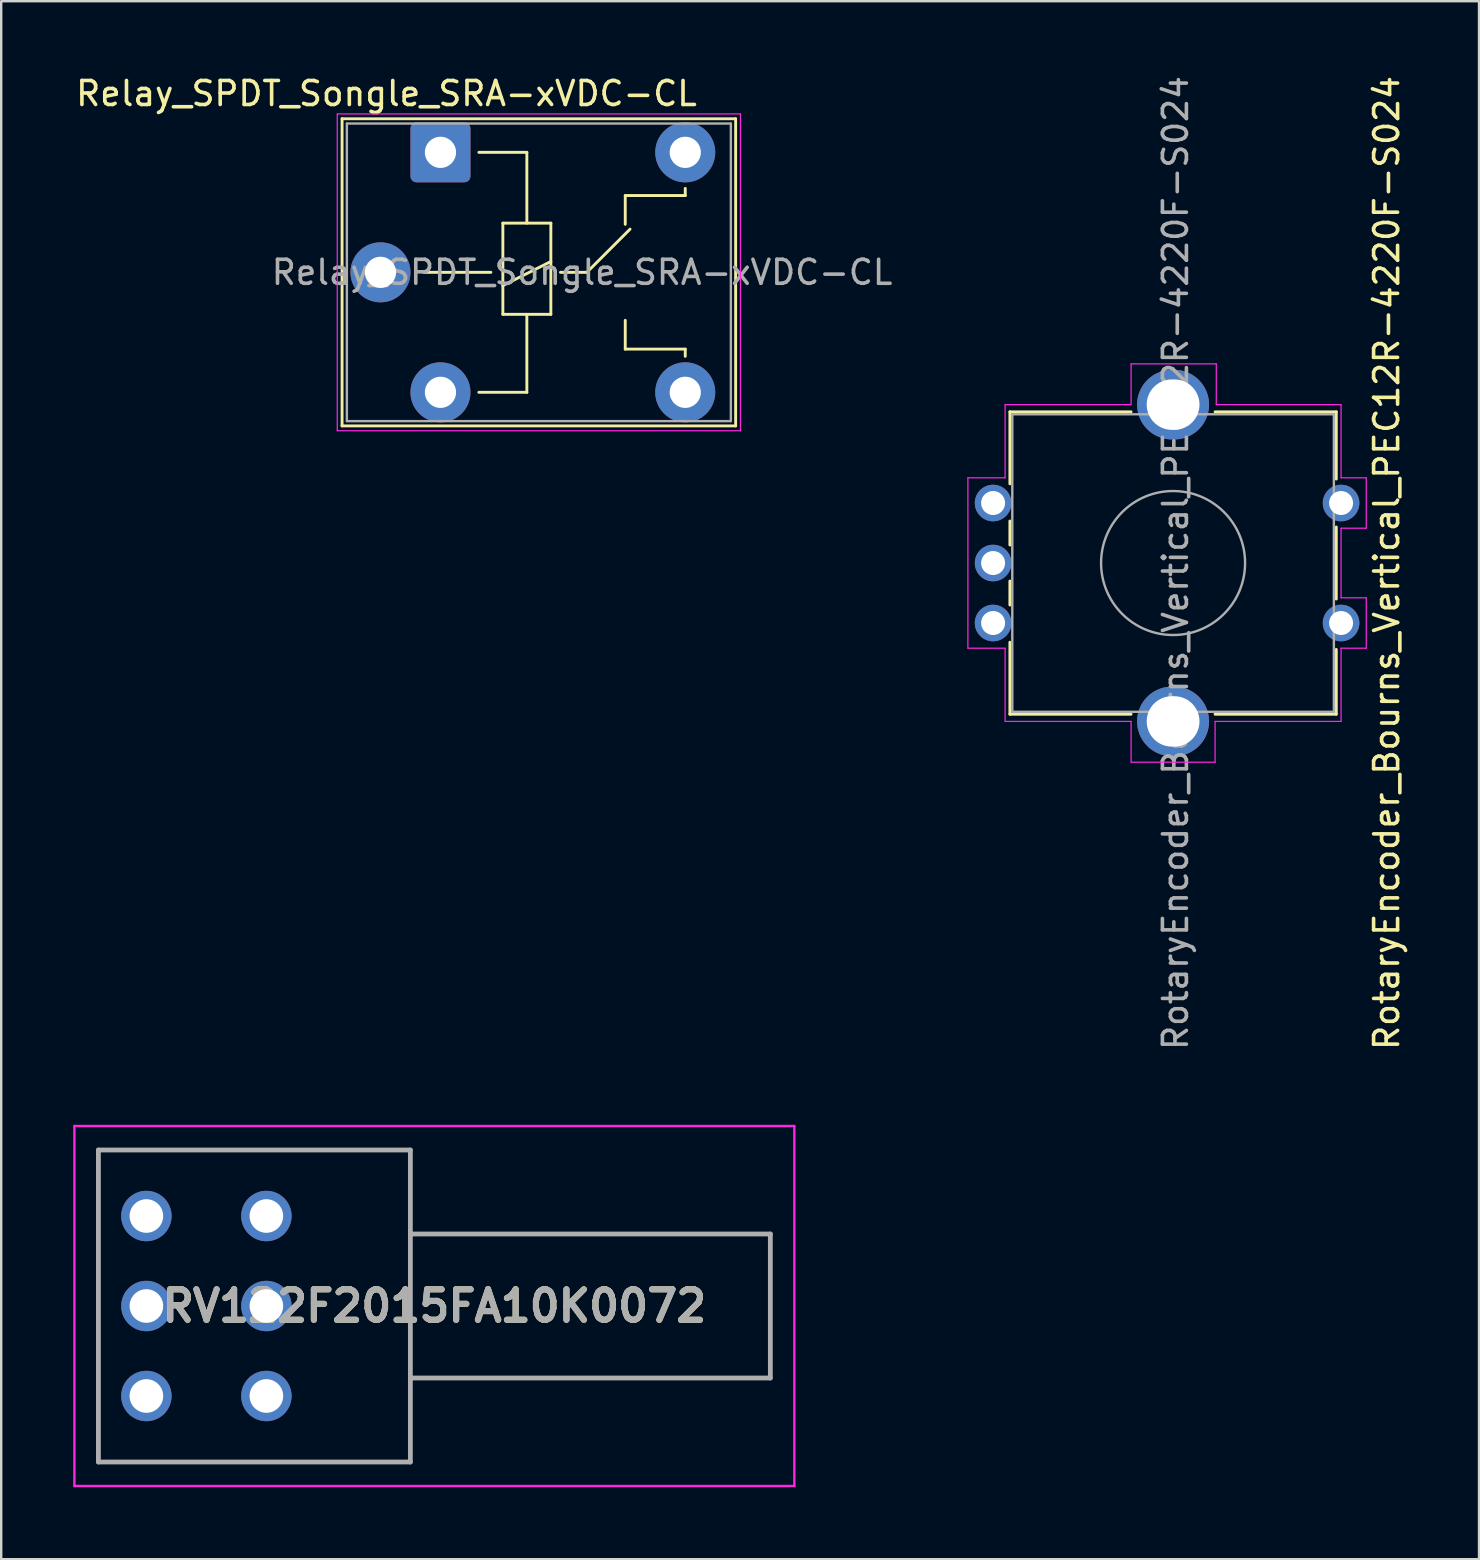
<source format=kicad_pcb>
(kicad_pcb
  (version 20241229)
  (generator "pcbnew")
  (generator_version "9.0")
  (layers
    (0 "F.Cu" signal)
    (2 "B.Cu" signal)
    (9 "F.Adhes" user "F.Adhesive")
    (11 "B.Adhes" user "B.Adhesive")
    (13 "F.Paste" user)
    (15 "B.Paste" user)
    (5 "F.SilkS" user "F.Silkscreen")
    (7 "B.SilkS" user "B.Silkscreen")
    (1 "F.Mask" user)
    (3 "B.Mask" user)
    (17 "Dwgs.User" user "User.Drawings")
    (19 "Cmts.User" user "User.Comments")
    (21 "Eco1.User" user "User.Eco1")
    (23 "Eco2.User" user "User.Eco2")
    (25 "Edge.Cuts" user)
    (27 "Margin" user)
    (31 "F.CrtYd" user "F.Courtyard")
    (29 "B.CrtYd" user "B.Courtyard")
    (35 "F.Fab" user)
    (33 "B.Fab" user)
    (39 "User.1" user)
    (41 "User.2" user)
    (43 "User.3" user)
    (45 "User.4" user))
  (footprint "RV122F2015FA10K0072"
    (layer "F.Cu")
    (at 3.05 55.121)
    (property "Reference" "RV122F2015FA10K0072" (at 12 -3.75 0) (layer "F.SilkS") (effects (font (size 1.27 1.27) (thickness 0.254))))
    (attr through_hole)
    (fp_line (start -2 -10.25) (end 11 -10.25) (stroke (width 0.1) (type solid)) (layer "F.SilkS"))
    (fp_line (start -2 2.75) (end -2 -10.25) (stroke (width 0.1) (type solid)) (layer "F.SilkS"))
    (fp_line (start 11 -10.25) (end 11 2.75) (stroke (width 0.1) (type solid)) (layer "F.SilkS"))
    (fp_line (start 11 -6.75) (end 26 -6.75) (stroke (width 0.1) (type solid)) (layer "F.SilkS"))
    (fp_line (start 11 2.75) (end -2 2.75) (stroke (width 0.1) (type solid)) (layer "F.SilkS"))
    (fp_line (start 26 -6.75) (end 26 -0.75) (stroke (width 0.1) (type solid)) (layer "F.SilkS"))
    (fp_line (start 26 -0.75) (end 11 -0.75) (stroke (width 0.1) (type solid)) (layer "F.SilkS"))
    (fp_line (start -3 -11.25) (end 27 -11.25) (stroke (width 0.1) (type solid)) (layer "F.CrtYd"))
    (fp_line (start -3 3.75) (end -3 -11.25) (stroke (width 0.1) (type solid)) (layer "F.CrtYd"))
    (fp_line (start 27 -11.25) (end 27 3.75) (stroke (width 0.1) (type solid)) (layer "F.CrtYd"))
    (fp_line (start 27 3.75) (end -3 3.75) (stroke (width 0.1) (type solid)) (layer "F.CrtYd"))
    (fp_line (start -2 -10.25) (end 11 -10.25) (stroke (width 0.2) (type solid)) (layer "F.Fab"))
    (fp_line (start -2 2.75) (end -2 -10.25) (stroke (width 0.2) (type solid)) (layer "F.Fab"))
    (fp_line (start 11 -10.25) (end 11 2.75) (stroke (width 0.2) (type solid)) (layer "F.Fab"))
    (fp_line (start 11 -6.75) (end 26 -6.75) (stroke (width 0.2) (type solid)) (layer "F.Fab"))
    (fp_line (start 11 2.75) (end -2 2.75) (stroke (width 0.2) (type solid)) (layer "F.Fab"))
    (fp_line (start 26 -6.75) (end 26 -0.75) (stroke (width 0.2) (type solid)) (layer "F.Fab"))
    (fp_line (start 26 -0.75) (end 11 -0.75) (stroke (width 0.2) (type solid)) (layer "F.Fab"))
    (fp_text user "${REFERENCE}" (at 12 -3.75 0) (layer "F.Fab") (effects (font (size 1.27 1.27) (thickness 0.254))))
    (pad "1" thru_hole circle (at 0 0) (size 2.1 2.1) (drill 1.4) (layers "*.Cu" "*.Mask"))
    (pad "2" thru_hole circle (at 0 -3.75) (size 2.1 2.1) (drill 1.4) (layers "*.Cu" "*.Mask"))
    (pad "3" thru_hole circle (at 0 -7.5) (size 2.1 2.1) (drill 1.4) (layers "*.Cu" "*.Mask"))
    (pad "4" thru_hole circle (at 5 0) (size 2.1 2.1) (drill 1.4) (layers "*.Cu" "*.Mask"))
    (pad "5" thru_hole circle (at 5 -3.75) (size 2.1 2.1) (drill 1.4) (layers "*.Cu" "*.Mask"))
    (pad "6" thru_hole circle (at 5 -7.5) (size 2.1 2.1) (drill 1.4) (layers "*.Cu" "*.Mask")))
  (footprint "RotaryEncoder_Bourns_Vertical_PEC12R-4220F-S024"
    (layer "F.Cu")
    (at 38.332 17.911)
    (property "Reference" "RotaryEncoder_Bourns_Vertical_PEC12R-4220F-S024" (at 16.4 2.5 90) (layer "F.SilkS") (effects (font (size 1 1) (thickness 0.15))))
    (attr through_hole)
    (fp_line (start 0.7 -3.8) (end 5.75 -3.8) (stroke (width 0.12) (type solid)) (layer "F.SilkS"))
    (fp_line (start 0.7 -0.8) (end 0.7 -3.8) (stroke (width 0.12) (type solid)) (layer "F.SilkS"))
    (fp_line (start 0.7 0.75) (end 0.7 1.75) (stroke (width 0.12) (type solid)) (layer "F.SilkS"))
    (fp_line (start 0.7 3.25) (end 0.7 4.25) (stroke (width 0.12) (type solid)) (layer "F.SilkS"))
    (fp_line (start 0.7 5.8) (end 0.7 8.8) (stroke (width 0.12) (type solid)) (layer "F.SilkS"))
    (fp_line (start 5.75 8.8) (end 0.7 8.8) (stroke (width 0.12) (type solid)) (layer "F.SilkS"))
    (fp_line (start 9.25 -3.8) (end 14.3 -3.8) (stroke (width 0.12) (type solid)) (layer "F.SilkS"))
    (fp_line (start 14.3 -3.8) (end 14.3 -1) (stroke (width 0.12) (type solid)) (layer "F.SilkS"))
    (fp_line (start 14.3 1) (end 14.3 4) (stroke (width 0.12) (type solid)) (layer "F.SilkS"))
    (fp_line (start 14.3 6.1) (end 14.3 8.8) (stroke (width 0.12) (type solid)) (layer "F.SilkS"))
    (fp_line (start 14.3 8.8) (end 9.25 8.8) (stroke (width 0.12) (type solid)) (layer "F.SilkS"))
    (fp_line (start -1.05 -1.05) (end 0.5 -1.05) (stroke (width 0.05) (type solid)) (layer "F.CrtYd"))
    (fp_line (start -1.05 6.05) (end -1.05 -1.05) (stroke (width 0.05) (type solid)) (layer "F.CrtYd"))
    (fp_line (start 0.5 -4.1) (end 5.75 -4.1) (stroke (width 0.05) (type solid)) (layer "F.CrtYd"))
    (fp_line (start 0.5 -1.05) (end 0.5 -4.1) (stroke (width 0.05) (type solid)) (layer "F.CrtYd"))
    (fp_line (start 0.5 6.05) (end -1.05 6.05) (stroke (width 0.05) (type solid)) (layer "F.CrtYd"))
    (fp_line (start 0.5 9.1) (end 0.5 6.05) (stroke (width 0.05) (type solid)) (layer "F.CrtYd"))
    (fp_line (start 5.75 -5.8) (end 9.3 -5.8) (stroke (width 0.05) (type solid)) (layer "F.CrtYd"))
    (fp_line (start 5.75 -4.1) (end 5.75 -5.8) (stroke (width 0.05) (type solid)) (layer "F.CrtYd"))
    (fp_line (start 5.75 9.1) (end 0.5 9.1) (stroke (width 0.05) (type solid)) (layer "F.CrtYd"))
    (fp_line (start 5.75 10.8) (end 5.75 9.1) (stroke (width 0.05) (type solid)) (layer "F.CrtYd"))
    (fp_line (start 9.25 9.1) (end 9.25 10.8) (stroke (width 0.05) (type solid)) (layer "F.CrtYd"))
    (fp_line (start 9.25 10.8) (end 5.75 10.8) (stroke (width 0.05) (type solid)) (layer "F.CrtYd"))
    (fp_line (start 9.3 -5.8) (end 9.3 -4.1) (stroke (width 0.05) (type solid)) (layer "F.CrtYd"))
    (fp_line (start 9.3 -4.1) (end 14.5 -4.1) (stroke (width 0.05) (type solid)) (layer "F.CrtYd"))
    (fp_line (start 14.5 -4.1) (end 14.5 -1.05) (stroke (width 0.05) (type solid)) (layer "F.CrtYd"))
    (fp_line (start 14.5 -1.05) (end 15.55 -1.05) (stroke (width 0.05) (type solid)) (layer "F.CrtYd"))
    (fp_line (start 14.5 1.05) (end 14.5 3.95) (stroke (width 0.05) (type solid)) (layer "F.CrtYd"))
    (fp_line (start 14.5 3.95) (end 15.55 3.95) (stroke (width 0.05) (type solid)) (layer "F.CrtYd"))
    (fp_line (start 14.5 6.05) (end 14.5 9.1) (stroke (width 0.05) (type solid)) (layer "F.CrtYd"))
    (fp_line (start 14.5 9.1) (end 9.25 9.1) (stroke (width 0.05) (type solid)) (layer "F.CrtYd"))
    (fp_line (start 15.55 -1.05) (end 15.55 1.05) (stroke (width 0.05) (type solid)) (layer "F.CrtYd"))
    (fp_line (start 15.55 1.05) (end 14.5 1.05) (stroke (width 0.05) (type solid)) (layer "F.CrtYd"))
    (fp_line (start 15.55 3.95) (end 15.55 6.05) (stroke (width 0.05) (type solid)) (layer "F.CrtYd"))
    (fp_line (start 15.55 6.05) (end 14.5 6.05) (stroke (width 0.05) (type solid)) (layer "F.CrtYd"))
    (fp_line (start 0.8 -3.7) (end 0.8 8.7) (stroke (width 0.1) (type solid)) (layer "F.Fab"))
    (fp_line (start 0.8 8.7) (end 14.2 8.7) (stroke (width 0.1) (type solid)) (layer "F.Fab"))
    (fp_line (start 14.2 -3.7) (end 0.8 -3.7) (stroke (width 0.1) (type solid)) (layer "F.Fab"))
    (fp_line (start 14.2 8.7) (end 14.2 -3.7) (stroke (width 0.1) (type solid)) (layer "F.Fab"))
    (fp_circle (center 7.5 2.5) (end 10.5 2.5) (stroke (width 0.1) (type solid)) (fill no) (layer "F.Fab"))
    (fp_text user "${REFERENCE}" (at 7.6 2.5 90) (layer "F.Fab") (effects (font (size 1 1) (thickness 0.15))))
    (pad "A" thru_hole circle (at 0 0 270) (size 1.524 1.524) (drill 1) (layers "*.Cu" "*.Mask"))
    (pad "B" thru_hole circle (at 0 5 270) (size 1.524 1.524) (drill 1) (layers "*.Cu" "*.Mask"))
    (pad "C" thru_hole circle (at 0 2.5 270) (size 1.524 1.524) (drill 1) (layers "*.Cu" "*.Mask"))
    (pad "MH1" thru_hole oval (at 7.5 9.1 270) (size 2.9 3) (drill oval 2.1 2.2) (layers "*.Cu" "*.Mask"))
    (pad "MH2" thru_hole oval (at 7.5 -4.1 270) (size 2.9 3) (drill oval 2.1 2.2) (layers "*.Cu" "*.Mask"))
    (pad "S1" thru_hole circle (at 14.5 0 270) (size 1.524 1.524) (drill 1) (layers "*.Cu" "*.Mask"))
    (pad "S2" thru_hole circle (at 14.5 5 270) (size 1.524 1.524) (drill 1) (layers "*.Cu" "*.Mask")))
  (footprint "Relay_SPDT_Songle_SRA-xVDC-CL"
    (layer "F.Cu")
    (at 19.404 8.298)
    (property "Reference" "Relay_SPDT_Songle_SRA-xVDC-CL" (at -6.35 -7.45 0) (layer "F.SilkS") (effects (font (size 1 1) (thickness 0.15))))
    (attr through_hole)
    (fp_line (start -8.2 -6.4) (end -8.2 6.4) (stroke (width 0.12) (type solid)) (layer "F.SilkS"))
    (fp_line (start -8.2 6.4) (end 8.2 6.4) (stroke (width 0.12) (type solid)) (layer "F.SilkS"))
    (fp_line (start -4.8 0) (end -2 0) (stroke (width 0.12) (type solid)) (layer "F.SilkS"))
    (fp_line (start -1.5 -2.05) (end -1.5 1.75) (stroke (width 0.12) (type solid)) (layer "F.SilkS"))
    (fp_line (start -1.5 1.75) (end 0.5 1.75) (stroke (width 0.12) (type solid)) (layer "F.SilkS"))
    (fp_line (start -0.5 -5) (end -2.5 -5) (stroke (width 0.12) (type solid)) (layer "F.SilkS"))
    (fp_line (start -0.5 -2.05) (end -0.5 -5) (stroke (width 0.12) (type default)) (layer "F.SilkS"))
    (fp_line (start -0.5 1.75) (end -0.5 5) (stroke (width 0.12) (type default)) (layer "F.SilkS"))
    (fp_line (start -0.5 5) (end -2.5 5) (stroke (width 0.12) (type solid)) (layer "F.SilkS"))
    (fp_line (start 0.5 -2.05) (end -1.5 -2.05) (stroke (width 0.12) (type solid)) (layer "F.SilkS"))
    (fp_line (start 0.5 -0.45) (end -1.5 0.55) (stroke (width 0.12) (type solid)) (layer "F.SilkS"))
    (fp_line (start 0.5 1.75) (end 0.5 -2.05) (stroke (width 0.12) (type solid)) (layer "F.SilkS"))
    (fp_line (start 2 0) (end 0.9 0) (stroke (width 0.12) (type default)) (layer "F.SilkS"))
    (fp_line (start 2 0) (end 3.8 -1.8) (stroke (width 0.12) (type solid)) (layer "F.SilkS"))
    (fp_line (start 3.6 -3.2) (end 3.6 -2) (stroke (width 0.12) (type solid)) (layer "F.SilkS"))
    (fp_line (start 3.6 3.2) (end 3.6 2) (stroke (width 0.12) (type solid)) (layer "F.SilkS"))
    (fp_line (start 6.1 -3.5) (end 6.1 -3.2) (stroke (width 0.12) (type solid)) (layer "F.SilkS"))
    (fp_line (start 6.1 -3.2) (end 3.6 -3.2) (stroke (width 0.12) (type solid)) (layer "F.SilkS"))
    (fp_line (start 6.1 3.2) (end 3.6 3.2) (stroke (width 0.12) (type solid)) (layer "F.SilkS"))
    (fp_line (start 6.1 3.5) (end 6.1 3.2) (stroke (width 0.12) (type solid)) (layer "F.SilkS"))
    (fp_line (start 8.2 -6.4) (end -8.2 -6.4) (stroke (width 0.12) (type solid)) (layer "F.SilkS"))
    (fp_line (start 8.2 6.4) (end 8.2 -6.4) (stroke (width 0.12) (type solid)) (layer "F.SilkS"))
    (fp_line (start -8.4 -6.6) (end -8.4 6.6) (stroke (width 0.05) (type solid)) (layer "F.CrtYd"))
    (fp_line (start -8.4 6.6) (end 8.4 6.6) (stroke (width 0.05) (type solid)) (layer "F.CrtYd"))
    (fp_line (start 8.4 -6.6) (end -8.4 -6.6) (stroke (width 0.05) (type solid)) (layer "F.CrtYd"))
    (fp_line (start 8.4 6.6) (end 8.4 -6.6) (stroke (width 0.05) (type solid)) (layer "F.CrtYd"))
    (fp_line (start -8 -6.2) (end 8 -6.2) (stroke (width 0.1) (type default)) (layer "F.Fab"))
    (fp_line (start -8 6.2) (end -8 -6.2) (stroke (width 0.1) (type default)) (layer "F.Fab"))
    (fp_line (start 8 -6.2) (end 8 6.2) (stroke (width 0.1) (type default)) (layer "F.Fab"))
    (fp_line (start 8 6.2) (end -8 6.2) (stroke (width 0.1) (type default)) (layer "F.Fab"))
    (fp_text user "${REFERENCE}" (at 1.8 0 0) (layer "F.Fab") (effects (font (size 1 1) (thickness 0.15))))
    (pad "11" thru_hole circle (at -6.6 0) (size 2.5 2.5) (drill 1.3) (layers "*.Cu" "*.Mask"))
    (pad "12" thru_hole circle (at 6.1 -5) (size 2.5 2.5) (drill 1.3) (layers "*.Cu" "*.Mask"))
    (pad "14" thru_hole circle (at 6.1 5) (size 2.5 2.5) (drill 1.3) (layers "*.Cu" "*.Mask"))
    (pad "A1" thru_hole roundrect (at -4.1 -5) (size 2.5 2.5) (drill 1.3) (layers "*.Cu" "*.Mask") (roundrect_rratio 0.1))
    (pad "A2" thru_hole circle (at -4.1 5) (size 2.5 2.5) (drill 1.3) (layers "*.Cu" "*.Mask")))
  (gr_rect
    (start -3 -3)
    (end 58.58 61.921)
    (stroke (width 0.1) (type default))
    (fill no)
    (layer "Edge.Cuts")))
</source>
